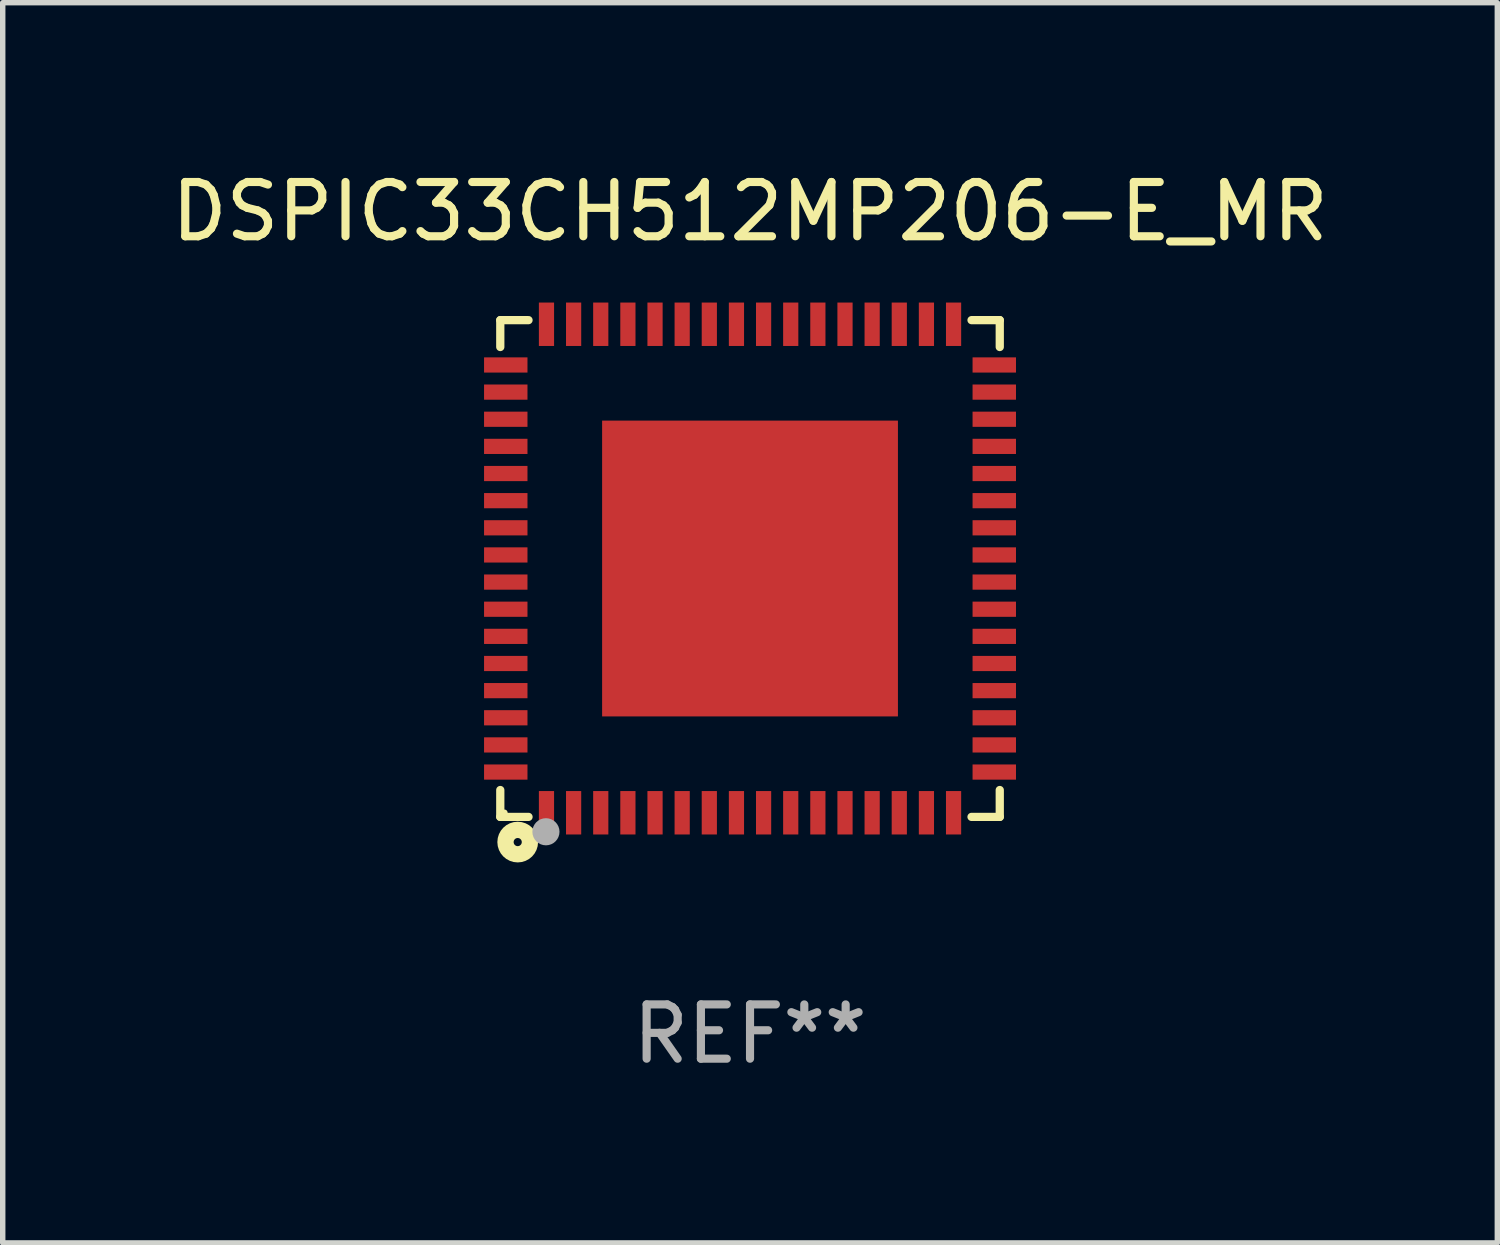
<source format=kicad_pcb>
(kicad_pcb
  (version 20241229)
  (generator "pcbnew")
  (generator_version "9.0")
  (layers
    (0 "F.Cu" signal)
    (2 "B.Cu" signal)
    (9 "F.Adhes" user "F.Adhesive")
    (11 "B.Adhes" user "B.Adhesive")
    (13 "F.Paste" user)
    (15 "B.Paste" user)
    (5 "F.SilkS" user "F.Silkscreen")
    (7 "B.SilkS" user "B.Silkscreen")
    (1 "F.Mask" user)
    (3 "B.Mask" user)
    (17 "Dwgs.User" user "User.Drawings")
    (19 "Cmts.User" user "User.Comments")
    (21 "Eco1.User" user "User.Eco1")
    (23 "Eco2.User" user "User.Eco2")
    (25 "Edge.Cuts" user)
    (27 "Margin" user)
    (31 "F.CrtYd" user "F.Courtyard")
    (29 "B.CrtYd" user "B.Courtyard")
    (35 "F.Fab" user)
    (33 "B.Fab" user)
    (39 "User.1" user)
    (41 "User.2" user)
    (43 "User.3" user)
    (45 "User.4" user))
  (footprint "DSPIC33CH512MP206-E_MR"
    (layer "F.Cu")
    (at 10.768 7.424)
    (property "Reference" "DSPIC33CH512MP206-E_MR" (at 0 -6.576 0) (layer "F.SilkS") (effects (font (size 1 1) (thickness 0.15))))
    (attr through_hole)
    (fp_line (start -4.601 -4.576) (end -4.081 -4.576) (stroke (width 0.152) (type solid)) (layer "F.SilkS"))
    (fp_line (start -4.601 -4.081) (end -4.601 -4.576) (stroke (width 0.152) (type solid)) (layer "F.SilkS"))
    (fp_line (start -4.601 4.081) (end -4.601 4.576) (stroke (width 0.152) (type solid)) (layer "F.SilkS"))
    (fp_line (start -4.601 4.576) (end -4.081 4.576) (stroke (width 0.152) (type solid)) (layer "F.SilkS"))
    (fp_line (start 4.601 -4.576) (end 4.081 -4.576) (stroke (width 0.152) (type solid)) (layer "F.SilkS"))
    (fp_line (start 4.601 -4.081) (end 4.601 -4.576) (stroke (width 0.152) (type solid)) (layer "F.SilkS"))
    (fp_line (start 4.601 4.081) (end 4.601 4.576) (stroke (width 0.152) (type solid)) (layer "F.SilkS"))
    (fp_line (start 4.601 4.576) (end 4.081 4.576) (stroke (width 0.152) (type solid)) (layer "F.SilkS"))
    (fp_circle (center -4.525 4.5) (end -4.495 4.5) (stroke (width 0.06) (type solid)) (fill no) (layer "F.SilkS"))
    (fp_circle (center -4.28 5.04) (end -4.205 5.04) (stroke (width 0.3) (type solid)) (fill no) (layer "F.SilkS"))
    (fp_circle (center -3.76 4.85) (end -3.635 4.85) (stroke (width 0.25) (type solid)) (fill no) (layer "F.Fab"))
    (fp_text user "REF**" (at 0 8.576 0) (layer "F.Fab") (effects (font (size 1 1) (thickness 0.15))))
    (pad "1" smd rect (at -3.75 4.5) (size 0.28 0.8) (layers "F.Cu" "F.Mask" "F.Paste"))
    (pad "2" smd rect (at -3.25 4.5) (size 0.28 0.8) (layers "F.Cu" "F.Mask" "F.Paste"))
    (pad "3" smd rect (at -2.75 4.5) (size 0.28 0.8) (layers "F.Cu" "F.Mask" "F.Paste"))
    (pad "4" smd rect (at -2.25 4.5) (size 0.28 0.8) (layers "F.Cu" "F.Mask" "F.Paste"))
    (pad "5" smd rect (at -1.75 4.5) (size 0.28 0.8) (layers "F.Cu" "F.Mask" "F.Paste"))
    (pad "6" smd rect (at -1.25 4.5) (size 0.28 0.8) (layers "F.Cu" "F.Mask" "F.Paste"))
    (pad "7" smd rect (at -0.75 4.5) (size 0.28 0.8) (layers "F.Cu" "F.Mask" "F.Paste"))
    (pad "8" smd rect (at -0.25 4.5) (size 0.28 0.8) (layers "F.Cu" "F.Mask" "F.Paste"))
    (pad "9" smd rect (at 0.25 4.5) (size 0.28 0.8) (layers "F.Cu" "F.Mask" "F.Paste"))
    (pad "10" smd rect (at 0.75 4.5) (size 0.28 0.8) (layers "F.Cu" "F.Mask" "F.Paste"))
    (pad "11" smd rect (at 1.25 4.5) (size 0.28 0.8) (layers "F.Cu" "F.Mask" "F.Paste"))
    (pad "12" smd rect (at 1.75 4.5) (size 0.28 0.8) (layers "F.Cu" "F.Mask" "F.Paste"))
    (pad "13" smd rect (at 2.25 4.5) (size 0.28 0.8) (layers "F.Cu" "F.Mask" "F.Paste"))
    (pad "14" smd rect (at 2.75 4.5) (size 0.28 0.8) (layers "F.Cu" "F.Mask" "F.Paste"))
    (pad "15" smd rect (at 3.25 4.5) (size 0.28 0.8) (layers "F.Cu" "F.Mask" "F.Paste"))
    (pad "16" smd rect (at 3.75 4.5) (size 0.28 0.8) (layers "F.Cu" "F.Mask" "F.Paste"))
    (pad "17" smd rect (at 4.5 3.75) (size 0.8 0.28) (layers "F.Cu" "F.Mask" "F.Paste"))
    (pad "18" smd rect (at 4.5 3.25) (size 0.8 0.28) (layers "F.Cu" "F.Mask" "F.Paste"))
    (pad "19" smd rect (at 4.5 2.75) (size 0.8 0.28) (layers "F.Cu" "F.Mask" "F.Paste"))
    (pad "20" smd rect (at 4.5 2.25) (size 0.8 0.28) (layers "F.Cu" "F.Mask" "F.Paste"))
    (pad "21" smd rect (at 4.5 1.75) (size 0.8 0.28) (layers "F.Cu" "F.Mask" "F.Paste"))
    (pad "22" smd rect (at 4.5 1.25) (size 0.8 0.28) (layers "F.Cu" "F.Mask" "F.Paste"))
    (pad "23" smd rect (at 4.5 0.75) (size 0.8 0.28) (layers "F.Cu" "F.Mask" "F.Paste"))
    (pad "24" smd rect (at 4.5 0.25) (size 0.8 0.28) (layers "F.Cu" "F.Mask" "F.Paste"))
    (pad "25" smd rect (at 4.5 -0.25) (size 0.8 0.28) (layers "F.Cu" "F.Mask" "F.Paste"))
    (pad "26" smd rect (at 4.5 -0.75) (size 0.8 0.28) (layers "F.Cu" "F.Mask" "F.Paste"))
    (pad "27" smd rect (at 4.5 -1.25) (size 0.8 0.28) (layers "F.Cu" "F.Mask" "F.Paste"))
    (pad "28" smd rect (at 4.5 -1.75) (size 0.8 0.28) (layers "F.Cu" "F.Mask" "F.Paste"))
    (pad "29" smd rect (at 4.5 -2.25) (size 0.8 0.28) (layers "F.Cu" "F.Mask" "F.Paste"))
    (pad "30" smd rect (at 4.5 -2.75) (size 0.8 0.28) (layers "F.Cu" "F.Mask" "F.Paste"))
    (pad "31" smd rect (at 4.5 -3.25) (size 0.8 0.28) (layers "F.Cu" "F.Mask" "F.Paste"))
    (pad "32" smd rect (at 4.5 -3.75) (size 0.8 0.28) (layers "F.Cu" "F.Mask" "F.Paste"))
    (pad "33" smd rect (at 3.75 -4.5) (size 0.28 0.8) (layers "F.Cu" "F.Mask" "F.Paste"))
    (pad "34" smd rect (at 3.25 -4.5) (size 0.28 0.8) (layers "F.Cu" "F.Mask" "F.Paste"))
    (pad "35" smd rect (at 2.75 -4.5) (size 0.28 0.8) (layers "F.Cu" "F.Mask" "F.Paste"))
    (pad "36" smd rect (at 2.25 -4.5) (size 0.28 0.8) (layers "F.Cu" "F.Mask" "F.Paste"))
    (pad "37" smd rect (at 1.75 -4.5) (size 0.28 0.8) (layers "F.Cu" "F.Mask" "F.Paste"))
    (pad "38" smd rect (at 1.25 -4.5) (size 0.28 0.8) (layers "F.Cu" "F.Mask" "F.Paste"))
    (pad "39" smd rect (at 0.75 -4.5) (size 0.28 0.8) (layers "F.Cu" "F.Mask" "F.Paste"))
    (pad "40" smd rect (at 0.25 -4.5) (size 0.28 0.8) (layers "F.Cu" "F.Mask" "F.Paste"))
    (pad "41" smd rect (at -0.25 -4.5) (size 0.28 0.8) (layers "F.Cu" "F.Mask" "F.Paste"))
    (pad "42" smd rect (at -0.75 -4.5) (size 0.28 0.8) (layers "F.Cu" "F.Mask" "F.Paste"))
    (pad "43" smd rect (at -1.25 -4.5) (size 0.28 0.8) (layers "F.Cu" "F.Mask" "F.Paste"))
    (pad "44" smd rect (at -1.75 -4.5) (size 0.28 0.8) (layers "F.Cu" "F.Mask" "F.Paste"))
    (pad "45" smd rect (at -2.25 -4.5) (size 0.28 0.8) (layers "F.Cu" "F.Mask" "F.Paste"))
    (pad "46" smd rect (at -2.75 -4.5) (size 0.28 0.8) (layers "F.Cu" "F.Mask" "F.Paste"))
    (pad "47" smd rect (at -3.25 -4.5) (size 0.28 0.8) (layers "F.Cu" "F.Mask" "F.Paste"))
    (pad "48" smd rect (at -3.75 -4.5) (size 0.28 0.8) (layers "F.Cu" "F.Mask" "F.Paste"))
    (pad "49" smd rect (at -4.5 -3.75) (size 0.8 0.28) (layers "F.Cu" "F.Mask" "F.Paste"))
    (pad "50" smd rect (at -4.5 -3.25) (size 0.8 0.28) (layers "F.Cu" "F.Mask" "F.Paste"))
    (pad "51" smd rect (at -4.5 -2.75) (size 0.8 0.28) (layers "F.Cu" "F.Mask" "F.Paste"))
    (pad "52" smd rect (at -4.5 -2.25) (size 0.8 0.28) (layers "F.Cu" "F.Mask" "F.Paste"))
    (pad "53" smd rect (at -4.5 -1.75) (size 0.8 0.28) (layers "F.Cu" "F.Mask" "F.Paste"))
    (pad "54" smd rect (at -4.5 -1.25) (size 0.8 0.28) (layers "F.Cu" "F.Mask" "F.Paste"))
    (pad "55" smd rect (at -4.5 -0.75) (size 0.8 0.28) (layers "F.Cu" "F.Mask" "F.Paste"))
    (pad "56" smd rect (at -4.5 -0.25) (size 0.8 0.28) (layers "F.Cu" "F.Mask" "F.Paste"))
    (pad "57" smd rect (at -4.5 0.25) (size 0.8 0.28) (layers "F.Cu" "F.Mask" "F.Paste"))
    (pad "58" smd rect (at -4.5 0.75) (size 0.8 0.28) (layers "F.Cu" "F.Mask" "F.Paste"))
    (pad "59" smd rect (at -4.5 1.25) (size 0.8 0.28) (layers "F.Cu" "F.Mask" "F.Paste"))
    (pad "60" smd rect (at -4.5 1.75) (size 0.8 0.28) (layers "F.Cu" "F.Mask" "F.Paste"))
    (pad "61" smd rect (at -4.5 2.25) (size 0.8 0.28) (layers "F.Cu" "F.Mask" "F.Paste"))
    (pad "62" smd rect (at -4.5 2.75) (size 0.8 0.28) (layers "F.Cu" "F.Mask" "F.Paste"))
    (pad "63" smd rect (at -4.5 3.25) (size 0.8 0.28) (layers "F.Cu" "F.Mask" "F.Paste"))
    (pad "64" smd rect (at -4.5 3.75) (size 0.8 0.28) (layers "F.Cu" "F.Mask" "F.Paste"))
    (pad "65" smd rect (at 0 0) (size 5.45 5.45) (layers "F.Cu" "F.Mask" "F.Paste")))
  (gr_rect
    (start -3 -3)
    (end 24.536 19.849)
    (stroke (width 0.1) (type default))
    (fill no)
    (layer "Edge.Cuts")))
</source>
